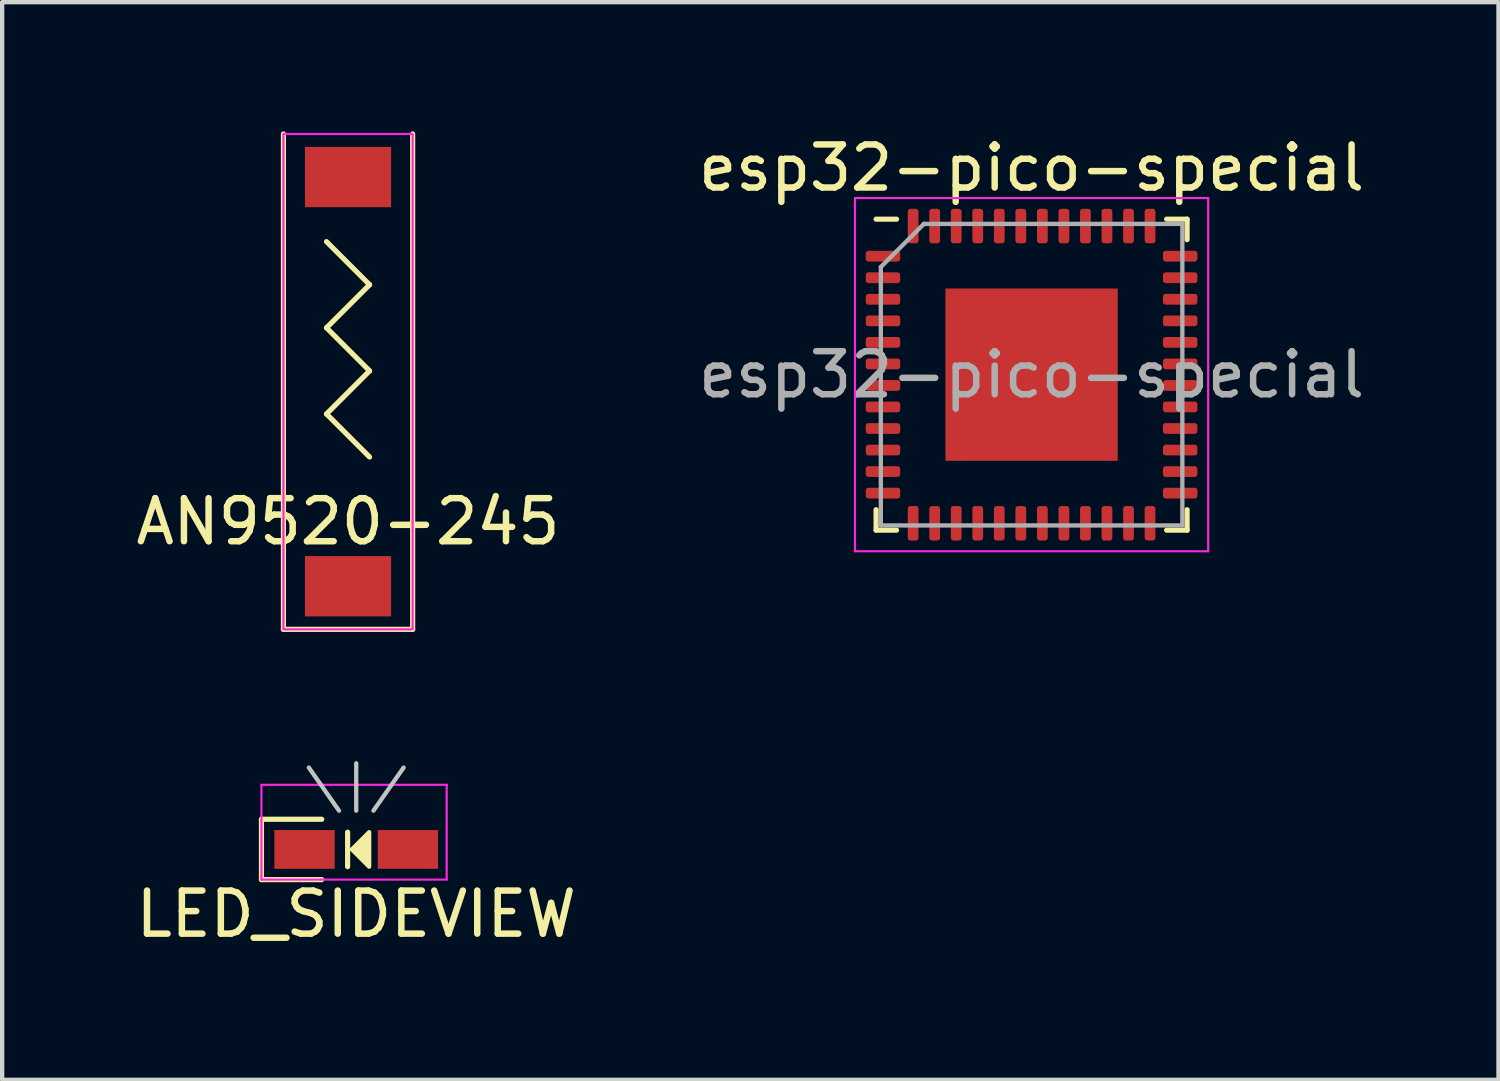
<source format=kicad_pcb>
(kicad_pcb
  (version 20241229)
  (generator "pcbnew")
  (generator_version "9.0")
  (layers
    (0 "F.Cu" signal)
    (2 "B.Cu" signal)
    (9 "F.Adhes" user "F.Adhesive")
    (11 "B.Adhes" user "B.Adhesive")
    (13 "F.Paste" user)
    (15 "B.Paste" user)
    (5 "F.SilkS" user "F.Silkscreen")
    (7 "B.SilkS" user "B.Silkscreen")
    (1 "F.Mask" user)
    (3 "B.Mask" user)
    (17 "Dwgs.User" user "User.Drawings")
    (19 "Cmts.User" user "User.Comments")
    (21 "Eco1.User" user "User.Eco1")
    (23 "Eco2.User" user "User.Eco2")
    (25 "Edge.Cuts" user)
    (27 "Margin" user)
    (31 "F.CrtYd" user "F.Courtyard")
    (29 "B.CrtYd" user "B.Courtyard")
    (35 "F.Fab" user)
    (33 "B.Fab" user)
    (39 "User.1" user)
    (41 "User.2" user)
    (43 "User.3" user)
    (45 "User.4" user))
  (footprint "AN9520-245"
    (layer "F.Cu")
    (at 5.03 10.56)
    (property "Reference" "AN9520-245" (at 0 -1.5 0) (unlocked yes) (layer "F.SilkS") (effects (font (size 1 1) (thickness 0.15))))
    (attr through_hole)
    (fp_line (start -1.5 -10.5) (end -1.5 1) (stroke (width 0.12) (type solid)) (layer "F.SilkS"))
    (fp_line (start -1.5 1) (end 1.5 1) (stroke (width 0.12) (type solid)) (layer "F.SilkS"))
    (fp_line (start -0.5 -8) (end 0.5 -7) (stroke (width 0.12) (type solid)) (layer "F.SilkS"))
    (fp_line (start -0.5 -6) (end 0.5 -5) (stroke (width 0.12) (type solid)) (layer "F.SilkS"))
    (fp_line (start -0.5 -4) (end 0.5 -3) (stroke (width 0.12) (type solid)) (layer "F.SilkS"))
    (fp_line (start 0.5 -7) (end -0.5 -6) (stroke (width 0.12) (type solid)) (layer "F.SilkS"))
    (fp_line (start 0.5 -5) (end -0.5 -4) (stroke (width 0.12) (type solid)) (layer "F.SilkS"))
    (fp_line (start 1.5 1) (end 1.5 -10.5) (stroke (width 0.12) (type solid)) (layer "F.SilkS"))
    (fp_rect (start -1.5 -10.5) (end 1.5 1) (stroke (width 0.05) (type solid)) (fill no) (layer "F.CrtYd"))
    (pad "1" smd rect (at 0 0) (size 2 1.4) (layers "F.Cu" "F.Mask" "F.Paste"))
    (pad "2" smd rect (at 0 -9.5) (size 2 1.4) (layers "F.Cu" "F.Mask" "F.Paste")))
  (footprint "esp32-pico-special"
    (layer "F.Cu")
    (at 20.899 5.648)
    (property "Reference" "esp32-pico-special" (at 0 -4.8 0) (layer "F.SilkS") (effects (font (size 1 1) (thickness 0.15))))
    (attr smd)
    (fp_line (start -3.61 3.61) (end -3.61 3.135) (stroke (width 0.12) (type solid)) (layer "F.SilkS"))
    (fp_line (start -3.135 -3.61) (end -3.61 -3.61) (stroke (width 0.12) (type solid)) (layer "F.SilkS"))
    (fp_line (start -3.135 3.61) (end -3.61 3.61) (stroke (width 0.12) (type solid)) (layer "F.SilkS"))
    (fp_line (start 3.135 -3.61) (end 3.61 -3.61) (stroke (width 0.12) (type solid)) (layer "F.SilkS"))
    (fp_line (start 3.135 3.61) (end 3.61 3.61) (stroke (width 0.12) (type solid)) (layer "F.SilkS"))
    (fp_line (start 3.61 -3.61) (end 3.61 -3.135) (stroke (width 0.12) (type solid)) (layer "F.SilkS"))
    (fp_line (start 3.61 3.61) (end 3.61 3.135) (stroke (width 0.12) (type solid)) (layer "F.SilkS"))
    (fp_line (start -4.1 -4.1) (end -4.1 4.1) (stroke (width 0.05) (type solid)) (layer "F.CrtYd"))
    (fp_line (start -4.1 4.1) (end 4.1 4.1) (stroke (width 0.05) (type solid)) (layer "F.CrtYd"))
    (fp_line (start 4.1 -4.1) (end -4.1 -4.1) (stroke (width 0.05) (type solid)) (layer "F.CrtYd"))
    (fp_line (start 4.1 4.1) (end 4.1 -4.1) (stroke (width 0.05) (type solid)) (layer "F.CrtYd"))
    (fp_line (start -3.5 -2.5) (end -2.5 -3.5) (stroke (width 0.1) (type solid)) (layer "F.Fab"))
    (fp_line (start -3.5 3.5) (end -3.5 -2.5) (stroke (width 0.1) (type solid)) (layer "F.Fab"))
    (fp_line (start -2.5 -3.5) (end 3.5 -3.5) (stroke (width 0.1) (type solid)) (layer "F.Fab"))
    (fp_line (start 3.5 -3.5) (end 3.5 3.5) (stroke (width 0.1) (type solid)) (layer "F.Fab"))
    (fp_line (start 3.5 3.5) (end -3.5 3.5) (stroke (width 0.1) (type solid)) (layer "F.Fab"))
    (fp_text user "${REFERENCE}" (at 0 0 0) (layer "F.Fab") (effects (font (size 1 1) (thickness 0.15))))
    (pad "" smd roundrect (at -0.66 -0.66) (size 1.07 1.07) (layers "F.Paste") (roundrect_rratio 0.234))
    (pad "" smd roundrect (at -0.66 0.66) (size 1.07 1.07) (layers "F.Paste") (roundrect_rratio 0.234))
    (pad "" smd roundrect (at 0.66 -0.66) (size 1.07 1.07) (layers "F.Paste") (roundrect_rratio 0.234))
    (pad "" smd roundrect (at 0.66 0.66) (size 1.07 1.07) (layers "F.Paste") (roundrect_rratio 0.234))
    (pad "1" smd roundrect (at -3.45 -2.75) (size 0.8 0.25) (layers "F.Cu" "F.Mask" "F.Paste") (roundrect_rratio 0.25))
    (pad "2" smd roundrect (at -3.45 -2.25) (size 0.8 0.25) (layers "F.Cu" "F.Mask" "F.Paste") (roundrect_rratio 0.25))
    (pad "3" smd roundrect (at -3.45 -1.75) (size 0.8 0.25) (layers "F.Cu" "F.Mask" "F.Paste") (roundrect_rratio 0.25))
    (pad "4" smd roundrect (at -3.45 -1.25) (size 0.8 0.25) (layers "F.Cu" "F.Mask" "F.Paste") (roundrect_rratio 0.25))
    (pad "5" smd roundrect (at -3.45 -0.75) (size 0.8 0.25) (layers "F.Cu" "F.Mask" "F.Paste") (roundrect_rratio 0.25))
    (pad "6" smd roundrect (at -3.45 -0.25) (size 0.8 0.25) (layers "F.Cu" "F.Mask" "F.Paste") (roundrect_rratio 0.25))
    (pad "7" smd roundrect (at -3.45 0.25) (size 0.8 0.25) (layers "F.Cu" "F.Mask" "F.Paste") (roundrect_rratio 0.25))
    (pad "8" smd roundrect (at -3.45 0.75) (size 0.8 0.25) (layers "F.Cu" "F.Mask" "F.Paste") (roundrect_rratio 0.25))
    (pad "9" smd roundrect (at -3.45 1.25) (size 0.8 0.25) (layers "F.Cu" "F.Mask" "F.Paste") (roundrect_rratio 0.25))
    (pad "10" smd roundrect (at -3.45 1.75) (size 0.8 0.25) (layers "F.Cu" "F.Mask" "F.Paste") (roundrect_rratio 0.25))
    (pad "11" smd roundrect (at -3.45 2.25) (size 0.8 0.25) (layers "F.Cu" "F.Mask" "F.Paste") (roundrect_rratio 0.25))
    (pad "12" smd roundrect (at -3.45 2.75) (size 0.8 0.25) (layers "F.Cu" "F.Mask" "F.Paste") (roundrect_rratio 0.25))
    (pad "13" smd roundrect (at -2.75 3.45) (size 0.25 0.8) (layers "F.Cu" "F.Mask" "F.Paste") (roundrect_rratio 0.25))
    (pad "14" smd roundrect (at -2.25 3.45) (size 0.25 0.8) (layers "F.Cu" "F.Mask" "F.Paste") (roundrect_rratio 0.25))
    (pad "15" smd roundrect (at -1.75 3.45) (size 0.25 0.8) (layers "F.Cu" "F.Mask" "F.Paste") (roundrect_rratio 0.25))
    (pad "16" smd roundrect (at -1.25 3.45) (size 0.25 0.8) (layers "F.Cu" "F.Mask" "F.Paste") (roundrect_rratio 0.25))
    (pad "17" smd roundrect (at -0.75 3.45) (size 0.25 0.8) (layers "F.Cu" "F.Mask" "F.Paste") (roundrect_rratio 0.25))
    (pad "18" smd roundrect (at -0.25 3.45) (size 0.25 0.8) (layers "F.Cu" "F.Mask" "F.Paste") (roundrect_rratio 0.25))
    (pad "19" smd roundrect (at 0.25 3.45) (size 0.25 0.8) (layers "F.Cu" "F.Mask" "F.Paste") (roundrect_rratio 0.25))
    (pad "20" smd roundrect (at 0.75 3.45) (size 0.25 0.8) (layers "F.Cu" "F.Mask" "F.Paste") (roundrect_rratio 0.25))
    (pad "21" smd roundrect (at 1.25 3.45) (size 0.25 0.8) (layers "F.Cu" "F.Mask" "F.Paste") (roundrect_rratio 0.25))
    (pad "22" smd roundrect (at 1.75 3.45) (size 0.25 0.8) (layers "F.Cu" "F.Mask" "F.Paste") (roundrect_rratio 0.25))
    (pad "23" smd roundrect (at 2.25 3.45) (size 0.25 0.8) (layers "F.Cu" "F.Mask" "F.Paste") (roundrect_rratio 0.25))
    (pad "24" smd roundrect (at 2.75 3.45) (size 0.25 0.8) (layers "F.Cu" "F.Mask" "F.Paste") (roundrect_rratio 0.25))
    (pad "25" smd roundrect (at 3.45 2.75) (size 0.8 0.25) (layers "F.Cu" "F.Mask" "F.Paste") (roundrect_rratio 0.25))
    (pad "26" smd roundrect (at 3.45 2.25) (size 0.8 0.25) (layers "F.Cu" "F.Mask" "F.Paste") (roundrect_rratio 0.25))
    (pad "27" smd roundrect (at 3.45 1.75) (size 0.8 0.25) (layers "F.Cu" "F.Mask" "F.Paste") (roundrect_rratio 0.25))
    (pad "28" smd roundrect (at 3.45 1.25) (size 0.8 0.25) (layers "F.Cu" "F.Mask" "F.Paste") (roundrect_rratio 0.25))
    (pad "29" smd roundrect (at 3.45 0.75) (size 0.8 0.25) (layers "F.Cu" "F.Mask" "F.Paste") (roundrect_rratio 0.25))
    (pad "30" smd roundrect (at 3.45 0.25) (size 0.8 0.25) (layers "F.Cu" "F.Mask" "F.Paste") (roundrect_rratio 0.25))
    (pad "31" smd roundrect (at 3.45 -0.25) (size 0.8 0.25) (layers "F.Cu" "F.Mask" "F.Paste") (roundrect_rratio 0.25))
    (pad "32" smd roundrect (at 3.45 -0.75) (size 0.8 0.25) (layers "F.Cu" "F.Mask" "F.Paste") (roundrect_rratio 0.25))
    (pad "33" smd roundrect (at 3.45 -1.25) (size 0.8 0.25) (layers "F.Cu" "F.Mask" "F.Paste") (roundrect_rratio 0.25))
    (pad "34" smd roundrect (at 3.45 -1.75) (size 0.8 0.25) (layers "F.Cu" "F.Mask" "F.Paste") (roundrect_rratio 0.25))
    (pad "35" smd roundrect (at 3.45 -2.25) (size 0.8 0.25) (layers "F.Cu" "F.Mask" "F.Paste") (roundrect_rratio 0.25))
    (pad "36" smd roundrect (at 3.45 -2.75) (size 0.8 0.25) (layers "F.Cu" "F.Mask" "F.Paste") (roundrect_rratio 0.25))
    (pad "37" smd roundrect (at 2.75 -3.45) (size 0.25 0.8) (layers "F.Cu" "F.Mask" "F.Paste") (roundrect_rratio 0.25))
    (pad "38" smd roundrect (at 2.25 -3.45) (size 0.25 0.8) (layers "F.Cu" "F.Mask" "F.Paste") (roundrect_rratio 0.25))
    (pad "39" smd roundrect (at 1.75 -3.45) (size 0.25 0.8) (layers "F.Cu" "F.Mask" "F.Paste") (roundrect_rratio 0.25))
    (pad "40" smd roundrect (at 1.25 -3.45) (size 0.25 0.8) (layers "F.Cu" "F.Mask" "F.Paste") (roundrect_rratio 0.25))
    (pad "41" smd roundrect (at 0.75 -3.45) (size 0.25 0.8) (layers "F.Cu" "F.Mask" "F.Paste") (roundrect_rratio 0.25))
    (pad "42" smd roundrect (at 0.25 -3.45) (size 0.25 0.8) (layers "F.Cu" "F.Mask" "F.Paste") (roundrect_rratio 0.25))
    (pad "43" smd roundrect (at -0.25 -3.45) (size 0.25 0.8) (layers "F.Cu" "F.Mask" "F.Paste") (roundrect_rratio 0.25))
    (pad "44" smd roundrect (at -0.75 -3.45) (size 0.25 0.8) (layers "F.Cu" "F.Mask" "F.Paste") (roundrect_rratio 0.25))
    (pad "45" smd roundrect (at -1.25 -3.45) (size 0.25 0.8) (layers "F.Cu" "F.Mask" "F.Paste") (roundrect_rratio 0.25))
    (pad "46" smd roundrect (at -1.75 -3.45) (size 0.25 0.8) (layers "F.Cu" "F.Mask" "F.Paste") (roundrect_rratio 0.25))
    (pad "47" smd roundrect (at -2.25 -3.45) (size 0.25 0.8) (layers "F.Cu" "F.Mask" "F.Paste") (roundrect_rratio 0.25))
    (pad "48" smd roundrect (at -2.75 -3.45) (size 0.25 0.8) (layers "F.Cu" "F.Mask" "F.Paste") (roundrect_rratio 0.25))
    (pad "49" smd rect (at 0 0) (size 4 4) (layers "F.Cu" "F.Mask")))
  (footprint "LED_SIDEVIEW"
    (layer "F.Cu")
    (at 5.22 16.67)
    (property "Reference" "LED_SIDEVIEW" (at 0 1.5 0) (unlocked yes) (layer "F.SilkS") (effects (font (size 1 1) (thickness 0.15))))
    (attr through_hole)
    (fp_line (start -2.2 -0.7) (end -2.2 0.7) (stroke (width 0.12) (type solid)) (layer "F.SilkS"))
    (fp_line (start -2.2 0.7) (end -0.8 0.7) (stroke (width 0.12) (type solid)) (layer "F.SilkS"))
    (fp_line (start -0.8 -0.7) (end -2.2 -0.7) (stroke (width 0.12) (type solid)) (layer "F.SilkS"))
    (fp_line (start -0.2 -0.4) (end -0.2 0.4) (stroke (width 0.12) (type solid)) (layer "F.SilkS"))
    (fp_poly (pts (xy 0.3 0.4) (xy -0.1 0) (xy 0.3 -0.4)) (stroke (width 0.1) (type solid)) (fill yes) (layer "F.SilkS"))
    (fp_line (start -0.4 -0.9) (end -1.1 -1.9) (stroke (width 0.1) (type solid)) (layer "Dwgs.User"))
    (fp_line (start 0 -0.9) (end 0 -2) (stroke (width 0.1) (type solid)) (layer "Dwgs.User"))
    (fp_line (start 0.4 -0.9) (end 1.1 -1.9) (stroke (width 0.1) (type solid)) (layer "Dwgs.User"))
    (fp_line (start -2.2 -1.5) (end 2.1 -1.5) (stroke (width 0.05) (type solid)) (layer "F.CrtYd"))
    (fp_line (start -2.2 0.7) (end -2.2 -1.5) (stroke (width 0.05) (type solid)) (layer "F.CrtYd"))
    (fp_line (start 2.1 -1.5) (end 2.1 0.7) (stroke (width 0.05) (type solid)) (layer "F.CrtYd"))
    (fp_line (start 2.1 0.7) (end -2.2 0.7) (stroke (width 0.05) (type solid)) (layer "F.CrtYd"))
    (pad "1" smd rect (at -1.2 0) (size 1.4 0.9) (layers "F.Cu" "F.Mask" "F.Paste"))
    (pad "2" smd rect (at 1.2 0) (size 1.4 0.9) (layers "F.Cu" "F.Mask" "F.Paste")))
  (gr_rect
    (start -3 -3)
    (end 31.738 22.018)
    (stroke (width 0.1) (type default))
    (fill no)
    (layer "Edge.Cuts")))
</source>
